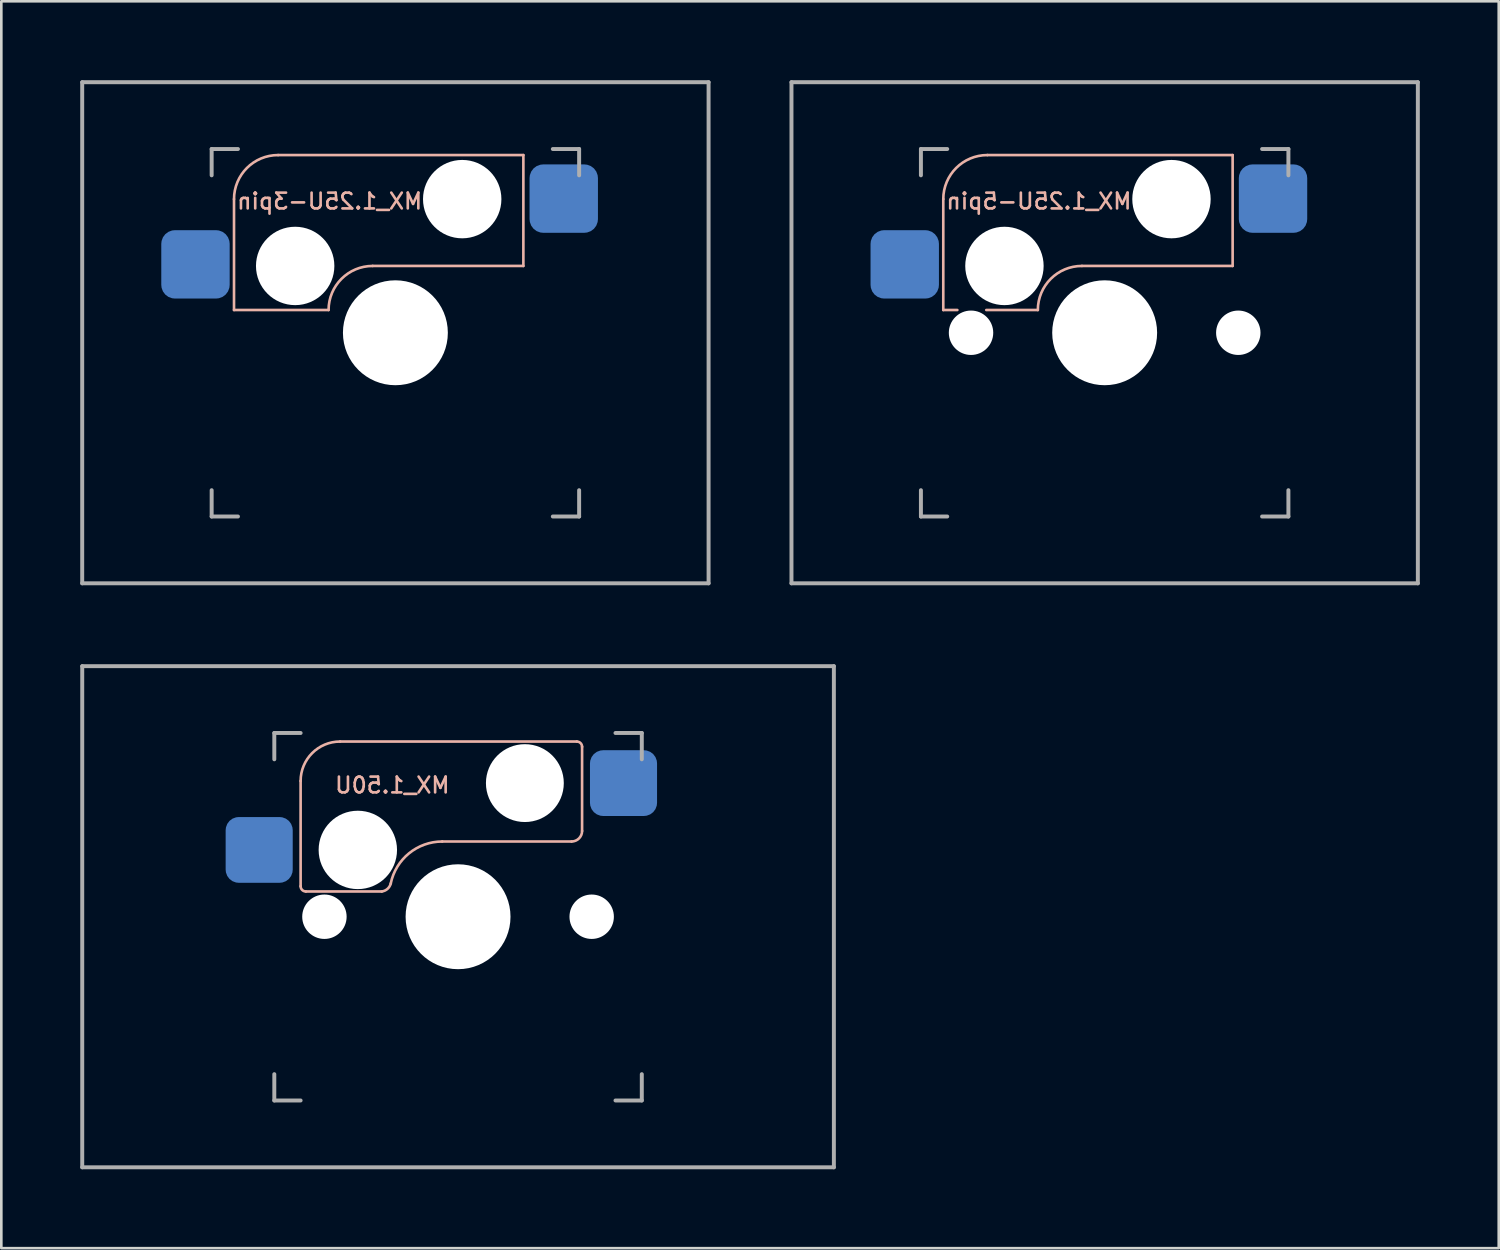
<source format=kicad_pcb>
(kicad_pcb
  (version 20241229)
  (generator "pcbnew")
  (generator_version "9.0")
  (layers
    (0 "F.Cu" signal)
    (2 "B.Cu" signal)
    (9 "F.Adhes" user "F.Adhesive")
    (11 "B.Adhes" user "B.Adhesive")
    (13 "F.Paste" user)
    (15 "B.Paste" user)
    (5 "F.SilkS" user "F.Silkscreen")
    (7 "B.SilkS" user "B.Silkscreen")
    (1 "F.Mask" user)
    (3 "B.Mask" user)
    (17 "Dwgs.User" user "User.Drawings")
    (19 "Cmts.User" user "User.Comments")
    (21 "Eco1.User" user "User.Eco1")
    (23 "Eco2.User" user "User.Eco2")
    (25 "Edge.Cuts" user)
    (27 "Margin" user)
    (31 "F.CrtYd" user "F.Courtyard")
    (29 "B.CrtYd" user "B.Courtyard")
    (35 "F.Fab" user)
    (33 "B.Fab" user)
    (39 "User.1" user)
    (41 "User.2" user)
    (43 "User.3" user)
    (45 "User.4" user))
  (footprint "MX_1.25U-5pin"
    (layer "F.Cu")
    (at 38.944 9.6)
    (property "Reference" "MX_1.25U-5pin" (at -2.5 -5 0) (layer "B.SilkS") (effects (font (size 0.6 0.6) (thickness 0.1)) (justify mirror)))
    (attr smd)
    (fp_line (start -6.135 -5.08) (end -6.135 -0.865) (stroke (width 0.1) (type solid)) (layer "B.SilkS"))
    (fp_line (start -6.135 -0.865) (end -5.6 -0.865) (stroke (width 0.1) (type solid)) (layer "B.SilkS"))
    (fp_line (start -4.5 -0.865) (end -2.54 -0.865) (stroke (width 0.1) (type solid)) (layer "B.SilkS"))
    (fp_line (start -4.46 -6.755) (end 4.865 -6.755) (stroke (width 0.1) (type solid)) (layer "B.SilkS"))
    (fp_line (start -0.865 -2.54) (end 4.865 -2.54) (stroke (width 0.1) (type solid)) (layer "B.SilkS"))
    (fp_line (start 4.865 -6.755) (end 4.865 -2.54) (stroke (width 0.1) (type solid)) (layer "B.SilkS"))
    (fp_arc (start -6.135 -5.08) (mid -5.644404 -6.264404) (end -4.46 -6.755) (stroke (width 0.1) (type solid)) (layer "B.SilkS"))
    (fp_arc (start -2.54 -0.865) (mid -2.049404 -2.049404) (end -0.865 -2.54) (stroke (width 0.1) (type solid)) (layer "B.SilkS"))
    (fp_line (start -6.985 6.985) (end -6.985 -6.985) (stroke (width 0.15) (type solid)) (layer "Eco2.User"))
    (fp_line (start -6.985 6.985) (end 6.985 6.985) (stroke (width 0.15) (type solid)) (layer "Eco2.User"))
    (fp_line (start 6.985 -6.985) (end -6.985 -6.985) (stroke (width 0.15) (type solid)) (layer "Eco2.User"))
    (fp_line (start 6.985 -6.985) (end 6.985 6.985) (stroke (width 0.15) (type solid)) (layer "Eco2.User"))
    (fp_line (start -11.906 -9.525) (end 11.906 -9.525) (stroke (width 0.15) (type solid)) (layer "F.Fab"))
    (fp_line (start -11.906 9.525) (end -11.906 -9.525) (stroke (width 0.15) (type solid)) (layer "F.Fab"))
    (fp_line (start -6.985 -5.985) (end -6.985 -6.985) (stroke (width 0.15) (type solid)) (layer "F.Fab"))
    (fp_line (start -6.985 6.985) (end -6.985 5.985) (stroke (width 0.15) (type solid)) (layer "F.Fab"))
    (fp_line (start -6.985 6.985) (end -5.985 6.985) (stroke (width 0.15) (type solid)) (layer "F.Fab"))
    (fp_line (start -5.985 -6.985) (end -6.985 -6.985) (stroke (width 0.15) (type solid)) (layer "F.Fab"))
    (fp_line (start 5.985 6.985) (end 6.985 6.985) (stroke (width 0.15) (type solid)) (layer "F.Fab"))
    (fp_line (start 6.985 -6.985) (end 5.985 -6.985) (stroke (width 0.15) (type solid)) (layer "F.Fab"))
    (fp_line (start 6.985 -6.985) (end 6.985 -5.985) (stroke (width 0.15) (type solid)) (layer "F.Fab"))
    (fp_line (start 6.985 5.985) (end 6.985 6.985) (stroke (width 0.15) (type solid)) (layer "F.Fab"))
    (fp_line (start 11.906 -9.525) (end 11.906 9.525) (stroke (width 0.15) (type solid)) (layer "F.Fab"))
    (fp_line (start 11.906 9.525) (end -11.906 9.525) (stroke (width 0.15) (type solid)) (layer "F.Fab"))
    (pad "" np_thru_hole circle (at -5.08 0) (size 1.688 1.688) (drill 1.688) (layers "*.Cu" "*.Mask"))
    (pad "" np_thru_hole circle (at -3.81 -2.54) (size 2.98 2.98) (drill 2.98) (layers "*.Cu" "*.Mask"))
    (pad "" np_thru_hole circle (at 0 0) (size 3.988 3.988) (drill 3.988) (layers "*.Cu" "*.Mask"))
    (pad "" np_thru_hole circle (at 2.54 -5.08) (size 2.98 2.98) (drill 2.98) (layers "*.Cu" "*.Mask"))
    (pad "" np_thru_hole circle (at 5.08 0) (size 1.688 1.688) (drill 1.688) (layers "*.Cu" "*.Mask"))
    (pad "1" smd roundrect (at 6.4 -5.1) (size 2.6 2.6) (layers "B.Cu" "B.Mask" "B.Paste") (roundrect_rratio 0.2))
    (pad "2" smd roundrect (at -7.6 -2.6) (size 2.6 2.6) (layers "B.Cu" "B.Mask" "B.Paste") (roundrect_rratio 0.2)))
  (footprint "MX_1.50U"
    (layer "F.Cu")
    (at 14.363 31.8)
    (property "Reference" "MX_1.50U" (at -2.5 -5 0) (layer "B.SilkS") (effects (font (size 0.6 0.6) (thickness 0.1)) (justify mirror)))
    (attr smd)
    (fp_line (start -5.985 -5.16) (end -5.985 -1.16) (stroke (width 0.1) (type solid)) (layer "B.SilkS"))
    (fp_line (start -5.785 -0.96) (end -2.9 -0.96) (stroke (width 0.1) (type solid)) (layer "B.SilkS"))
    (fp_line (start -4.485 -6.66) (end 4.515 -6.66) (stroke (width 0.1) (type solid)) (layer "B.SilkS"))
    (fp_line (start 4.315 -2.86) (end -0.6 -2.86) (stroke (width 0.1) (type solid)) (layer "B.SilkS"))
    (fp_line (start 4.715 -6.46) (end 4.715 -3.26) (stroke (width 0.1) (type solid)) (layer "B.SilkS"))
    (fp_arc (start -5.985 -5.16) (mid -5.54566 -6.22066) (end -4.485 -6.66) (stroke (width 0.1) (type solid)) (layer "B.SilkS"))
    (fp_arc (start -5.785 -0.96) (mid -5.926421 -1.018579) (end -5.985 -1.16) (stroke (width 0.1) (type solid)) (layer "B.SilkS"))
    (fp_arc (start -2.558575 -1.264949) (mid -1.862953 -2.41079) (end -0.6 -2.86) (stroke (width 0.1) (type solid)) (layer "B.SilkS"))
    (fp_arc (start -2.557532 -1.264687) (mid -2.681837 -1.059595) (end -2.9 -0.96) (stroke (width 0.1) (type solid)) (layer "B.SilkS"))
    (fp_arc (start 4.515 -6.66) (mid 4.656421 -6.601421) (end 4.715 -6.46) (stroke (width 0.1) (type solid)) (layer "B.SilkS"))
    (fp_arc (start 4.715 -3.26) (mid 4.597843 -2.977157) (end 4.315 -2.86) (stroke (width 0.1) (type solid)) (layer "B.SilkS"))
    (fp_line (start -6.985 6.985) (end -6.985 -6.985) (stroke (width 0.15) (type solid)) (layer "Eco2.User"))
    (fp_line (start -6.985 6.985) (end 6.985 6.985) (stroke (width 0.15) (type solid)) (layer "Eco2.User"))
    (fp_line (start 6.985 -6.985) (end -6.985 -6.985) (stroke (width 0.15) (type solid)) (layer "Eco2.User"))
    (fp_line (start 6.985 -6.985) (end 6.985 6.985) (stroke (width 0.15) (type solid)) (layer "Eco2.User"))
    (fp_line (start -14.287 -9.525) (end 14.287 -9.525) (stroke (width 0.15) (type solid)) (layer "F.Fab"))
    (fp_line (start -14.287 9.525) (end -14.287 -9.525) (stroke (width 0.15) (type solid)) (layer "F.Fab"))
    (fp_line (start -6.985 -5.985) (end -6.985 -6.985) (stroke (width 0.15) (type solid)) (layer "F.Fab"))
    (fp_line (start -6.985 6.985) (end -6.985 5.985) (stroke (width 0.15) (type solid)) (layer "F.Fab"))
    (fp_line (start -6.985 6.985) (end -5.985 6.985) (stroke (width 0.15) (type solid)) (layer "F.Fab"))
    (fp_line (start -5.985 -6.985) (end -6.985 -6.985) (stroke (width 0.15) (type solid)) (layer "F.Fab"))
    (fp_line (start 5.985 6.985) (end 6.985 6.985) (stroke (width 0.15) (type solid)) (layer "F.Fab"))
    (fp_line (start 6.985 -6.985) (end 5.985 -6.985) (stroke (width 0.15) (type solid)) (layer "F.Fab"))
    (fp_line (start 6.985 -6.985) (end 6.985 -5.985) (stroke (width 0.15) (type solid)) (layer "F.Fab"))
    (fp_line (start 6.985 5.985) (end 6.985 6.985) (stroke (width 0.15) (type solid)) (layer "F.Fab"))
    (fp_line (start 14.287 -9.525) (end 14.287 9.525) (stroke (width 0.15) (type solid)) (layer "F.Fab"))
    (fp_line (start 14.287 9.525) (end -14.287 9.525) (stroke (width 0.15) (type solid)) (layer "F.Fab"))
    (pad "" np_thru_hole circle (at -5.08 0) (size 1.688 1.688) (drill 1.688) (layers "*.Cu" "*.Mask"))
    (pad "" np_thru_hole circle (at -3.81 -2.54) (size 2.98 2.98) (drill 2.98) (layers "*.Cu" "*.Mask"))
    (pad "" np_thru_hole circle (at 0 0) (size 3.988 3.988) (drill 3.988) (layers "*.Cu" "*.Mask"))
    (pad "" np_thru_hole circle (at 2.54 -5.08) (size 2.96 2.96) (drill 2.96) (layers "*.Cu" "*.Mask"))
    (pad "" np_thru_hole circle (at 5.08 0) (size 1.688 1.688) (drill 1.688) (layers "*.Cu" "*.Mask"))
    (pad "1" smd roundrect (at 6.29 -5.08) (size 2.55 2.5) (layers "B.Cu" "B.Mask" "B.Paste") (roundrect_rratio 0.2))
    (pad "2" smd roundrect (at -7.56 -2.54) (size 2.55 2.5) (layers "B.Cu" "B.Mask" "B.Paste") (roundrect_rratio 0.2)))
  (footprint "MX_1.25U-3pin"
    (layer "F.Cu")
    (at 11.981 9.6)
    (property "Reference" "MX_1.25U-3pin" (at -2.5 -5 0) (layer "B.SilkS") (effects (font (size 0.6 0.6) (thickness 0.1)) (justify mirror)))
    (attr smd)
    (fp_line (start -6.135 -5.08) (end -6.135 -0.865) (stroke (width 0.1) (type solid)) (layer "B.SilkS"))
    (fp_line (start -6.135 -0.865) (end -2.54 -0.865) (stroke (width 0.1) (type solid)) (layer "B.SilkS"))
    (fp_line (start -4.46 -6.755) (end 4.865 -6.755) (stroke (width 0.1) (type solid)) (layer "B.SilkS"))
    (fp_line (start -0.865 -2.54) (end 4.865 -2.54) (stroke (width 0.1) (type solid)) (layer "B.SilkS"))
    (fp_line (start 4.865 -6.755) (end 4.865 -2.54) (stroke (width 0.1) (type solid)) (layer "B.SilkS"))
    (fp_arc (start -6.135 -5.08) (mid -5.644404 -6.264404) (end -4.46 -6.755) (stroke (width 0.1) (type solid)) (layer "B.SilkS"))
    (fp_arc (start -2.54 -0.865) (mid -2.049404 -2.049404) (end -0.865 -2.54) (stroke (width 0.1) (type solid)) (layer "B.SilkS"))
    (fp_line (start -6.985 6.985) (end -6.985 -6.985) (stroke (width 0.15) (type solid)) (layer "Eco2.User"))
    (fp_line (start -6.985 6.985) (end 6.985 6.985) (stroke (width 0.15) (type solid)) (layer "Eco2.User"))
    (fp_line (start 6.985 -6.985) (end -6.985 -6.985) (stroke (width 0.15) (type solid)) (layer "Eco2.User"))
    (fp_line (start 6.985 -6.985) (end 6.985 6.985) (stroke (width 0.15) (type solid)) (layer "Eco2.User"))
    (fp_line (start -11.906 -9.525) (end 11.906 -9.525) (stroke (width 0.15) (type solid)) (layer "F.Fab"))
    (fp_line (start -11.906 9.525) (end -11.906 -9.525) (stroke (width 0.15) (type solid)) (layer "F.Fab"))
    (fp_line (start -6.985 -5.985) (end -6.985 -6.985) (stroke (width 0.15) (type solid)) (layer "F.Fab"))
    (fp_line (start -6.985 6.985) (end -6.985 5.985) (stroke (width 0.15) (type solid)) (layer "F.Fab"))
    (fp_line (start -6.985 6.985) (end -5.985 6.985) (stroke (width 0.15) (type solid)) (layer "F.Fab"))
    (fp_line (start -5.985 -6.985) (end -6.985 -6.985) (stroke (width 0.15) (type solid)) (layer "F.Fab"))
    (fp_line (start 5.985 6.985) (end 6.985 6.985) (stroke (width 0.15) (type solid)) (layer "F.Fab"))
    (fp_line (start 6.985 -6.985) (end 5.985 -6.985) (stroke (width 0.15) (type solid)) (layer "F.Fab"))
    (fp_line (start 6.985 -6.985) (end 6.985 -5.985) (stroke (width 0.15) (type solid)) (layer "F.Fab"))
    (fp_line (start 6.985 5.985) (end 6.985 6.985) (stroke (width 0.15) (type solid)) (layer "F.Fab"))
    (fp_line (start 11.906 -9.525) (end 11.906 9.525) (stroke (width 0.15) (type solid)) (layer "F.Fab"))
    (fp_line (start 11.906 9.525) (end -11.906 9.525) (stroke (width 0.15) (type solid)) (layer "F.Fab"))
    (pad "" np_thru_hole circle (at -3.81 -2.54) (size 2.98 2.98) (drill 2.98) (layers "*.Cu" "*.Mask"))
    (pad "" np_thru_hole circle (at 0 0) (size 3.988 3.988) (drill 3.988) (layers "*.Cu" "*.Mask"))
    (pad "" np_thru_hole circle (at 2.54 -5.08) (size 2.98 2.98) (drill 2.98) (layers "*.Cu" "*.Mask"))
    (pad "1" smd roundrect (at 6.4 -5.1) (size 2.6 2.6) (layers "B.Cu" "B.Mask" "B.Paste") (roundrect_rratio 0.2))
    (pad "2" smd roundrect (at -7.6 -2.6) (size 2.6 2.6) (layers "B.Cu" "B.Mask" "B.Paste") (roundrect_rratio 0.2)))
  (gr_rect
    (start -3 -3)
    (end 53.925 44.4)
    (stroke (width 0.1) (type default))
    (fill no)
    (layer "Edge.Cuts")))
</source>
